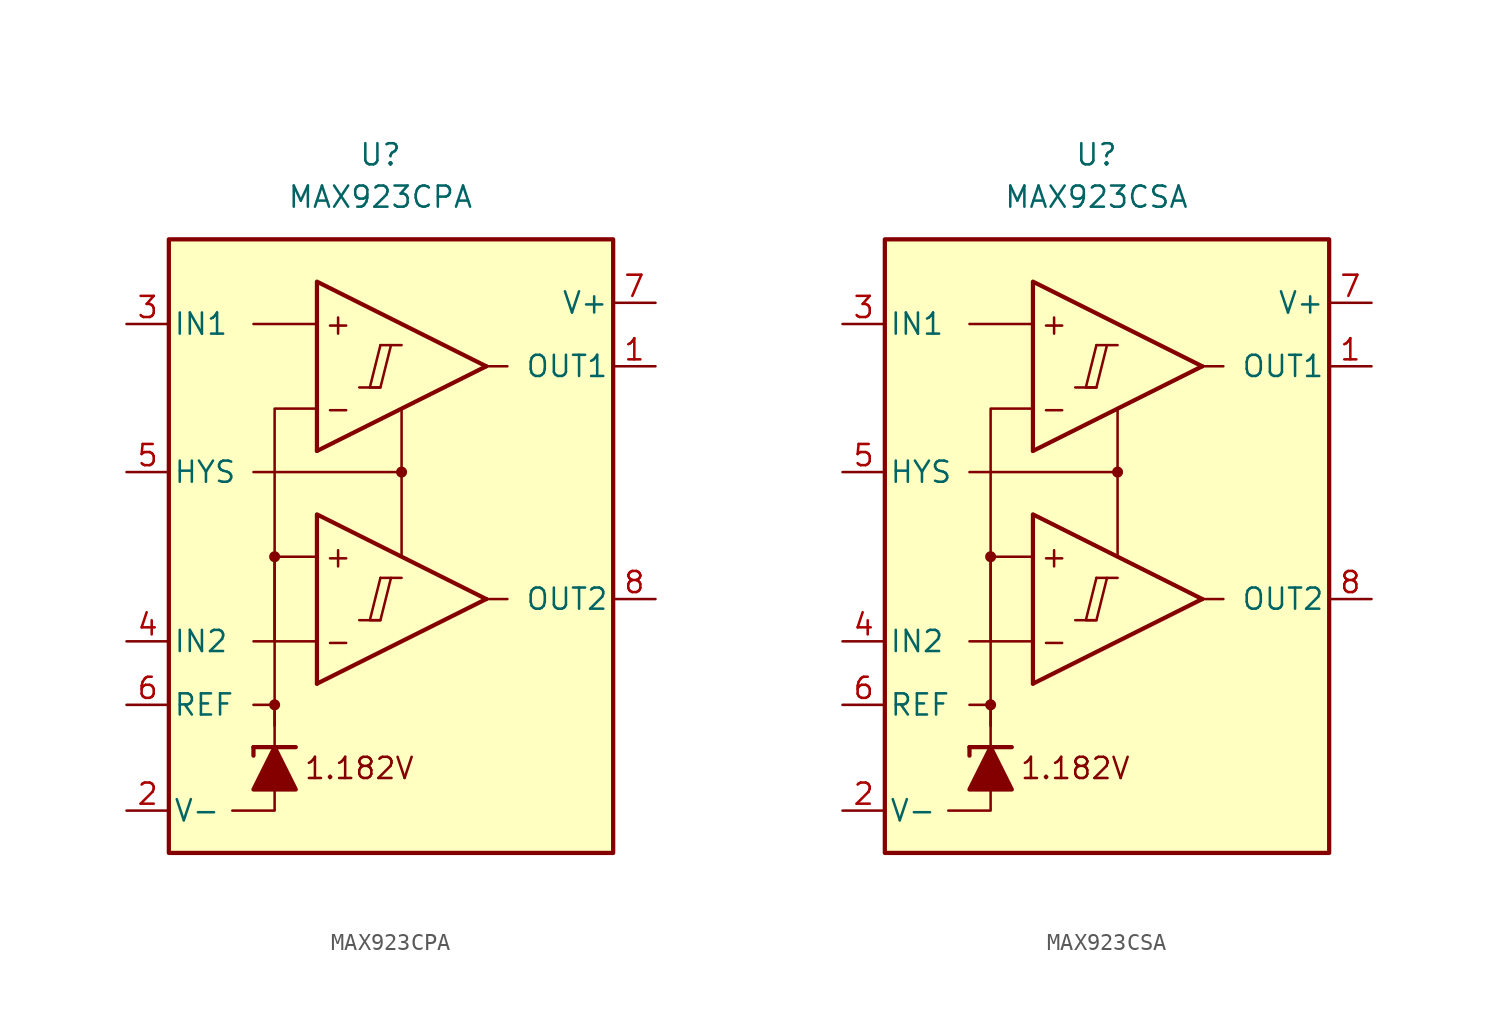
<source format=kicad_sym>
(kicad_symbol_lib
  (version 20211014)
  (generator kicad_symbol_editor)
  (symbol "MAX923CPA"
    (pin_names
      (offset 0.254))
    (property "Reference" "U"
      (at -1.27 22.86 0)
      (effects (font (size 1.27 1.27))))
    (property "Value" "MAX923CPA"
      (at -1.27 20.32 0)
      (effects (font (size 1.27 1.27))))
    (symbol "MAX923CPA_0_0"
      (rectangle (start -13.97 17.78) (end 12.7 -19.05) (stroke (width 0.254) (type default) (color 0 0 0 0)) (fill (type background)))
      (circle (center -7.62 -10.16) (radius 0.254) (stroke (width 0.152) (type default) (color 0 0 0 0)) (fill (type outline)))
      (circle (center -7.62 -1.27) (radius 0.254) (stroke (width 0.152) (type default) (color 0 0 0 0)) (fill (type outline)))
      (polyline (pts (xy -2.54 -5.08) (xy -1.27 -5.08)) (stroke (width 0.152) (type default) (color 0 0 0 0)) (fill (type none)))
      (polyline (pts (xy -2.54 8.89) (xy -1.27 8.89)) (stroke (width 0.152) (type default) (color 0 0 0 0)) (fill (type none)))
      (polyline (pts (xy -1.27 -2.54) (xy 0 -2.54)) (stroke (width 0.152) (type default) (color 0 0 0 0)) (fill (type none)))
      (polyline (pts (xy -1.27 11.43) (xy 0 11.43)) (stroke (width 0.152) (type default) (color 0 0 0 0)) (fill (type none)))
      (polyline (pts (xy 5.08 -3.81) (xy -5.08 -8.89)) (stroke (width 0.254) (type default) (color 0 0 0 0)) (fill (type none)))
      (polyline (pts (xy 5.08 10.16) (xy -5.08 5.08)) (stroke (width 0.254) (type default) (color 0 0 0 0)) (fill (type none)))
      (polyline (pts (xy 5.08 -3.81) (xy -5.08 1.27) (xy -5.08 -8.89)) (stroke (width 0.254) (type default) (color 0 0 0 0)) (fill (type background)))
      (polyline (pts (xy 5.08 10.16) (xy -5.08 15.24) (xy -5.08 5.08)) (stroke (width 0.254) (type default) (color 0 0 0 0)) (fill (type background)))
      (polyline (pts (xy -1.27 -2.54) (xy -1.905 -5.08) (xy -1.27 -5.08) (xy -0.635 -2.54)) (stroke (width 0.152) (type default) (color 0 0 0 0)) (fill (type none)))
      (polyline (pts (xy -1.27 11.43) (xy -1.905 8.89) (xy -1.27 8.89) (xy -0.635 11.43)) (stroke (width 0.152) (type default) (color 0 0 0 0)) (fill (type none)))
      (circle (center 0 3.81) (radius 0.254) (stroke (width 0.152) (type default) (color 0 0 0 0)) (fill (type outline)))
      (text "+" (at -3.81 -1.27 0) (effects (font (size 1.27 1.27))))
      (text "+" (at -3.81 12.7 0) (effects (font (size 1.27 1.27))))
      (text "-" (at -3.81 -6.35 0) (effects (font (size 1.27 1.27))))
      (text "-" (at -3.81 7.62 0) (effects (font (size 1.27 1.27))))
      (text "1.182V" (at -2.54 -13.97 0) (effects (font (size 1.27 1.27)))))
    (symbol "MAX923CPA_0_1"
      (polyline (pts (xy -8.89 -12.7) (xy -8.89 -13.208)) (stroke (width 0.254) (type default) (color 0 0 0 0)) (fill (type none)))
      (polyline (pts (xy -8.89 -12.7) (xy -6.35 -12.7)) (stroke (width 0.254) (type default) (color 0 0 0 0)) (fill (type none)))
      (polyline (pts (xy -5.08 -6.35) (xy -8.89 -6.35)) (stroke (width 0) (type default) (color 0 0 0 0)) (fill (type none)))
      (polyline (pts (xy -5.08 12.7) (xy -8.89 12.7)) (stroke (width 0) (type default) (color 0 0 0 0)) (fill (type none)))
      (polyline (pts (xy 0 3.81) (xy 0 -1.27)) (stroke (width 0) (type default) (color 0 0 0 0)) (fill (type none)))
      (polyline (pts (xy 5.08 -3.81) (xy 6.35 -3.81)) (stroke (width 0) (type default) (color 0 0 0 0)) (fill (type none)))
      (polyline (pts (xy 5.08 10.16) (xy 6.35 10.16)) (stroke (width 0) (type default) (color 0 0 0 0)) (fill (type none)))
      (polyline (pts (xy -7.62 -15.24) (xy -7.62 -16.51) (xy -10.16 -16.51)) (stroke (width 0) (type default) (color 0 0 0 0)) (fill (type none)))
      (polyline (pts (xy -7.62 -12.7) (xy -7.62 -10.16) (xy -8.89 -10.16)) (stroke (width 0) (type default) (color 0 0 0 0)) (fill (type none)))
      (polyline (pts (xy -7.62 -11.43) (xy -7.62 -1.27) (xy -5.08 -1.27)) (stroke (width 0) (type default) (color 0 0 0 0)) (fill (type none)))
      (polyline (pts (xy -7.62 -6.35) (xy -7.62 7.62) (xy -5.08 7.62)) (stroke (width 0) (type default) (color 0 0 0 0)) (fill (type none)))
      (polyline (pts (xy 0 7.62) (xy 0 3.81) (xy -8.89 3.81)) (stroke (width 0) (type default) (color 0 0 0 0)) (fill (type none)))
      (polyline (pts (xy -6.35 -15.24) (xy -8.89 -15.24) (xy -7.62 -12.7) (xy -6.35 -15.24)) (stroke (width 0.254) (type default) (color 0 0 0 0)) (fill (type outline))))
    (symbol "MAX923CPA_1_1"
      (pin output line (at 15.24 10.16 180) (length 2.54) (name "OUT1" (effects (font (size 1.27 1.27)))) (number "1" (effects (font (size 1.27 1.27)))))
      (pin power_in line (at -16.51 -16.51 0) (length 2.54) (name "V-" (effects (font (size 1.27 1.27)))) (number "2" (effects (font (size 1.27 1.27)))))
      (pin input line (at -16.51 12.7 0) (length 2.54) (name "IN1" (effects (font (size 1.27 1.27)))) (number "3" (effects (font (size 1.27 1.27)))))
      (pin input line (at -16.51 -6.35 0) (length 2.54) (name "IN2" (effects (font (size 1.27 1.27)))) (number "4" (effects (font (size 1.27 1.27)))))
      (pin input line (at -16.51 3.81 0) (length 2.54) (name "HYS" (effects (font (size 1.27 1.27)))) (number "5" (effects (font (size 1.27 1.27)))))
      (pin output line (at -16.51 -10.16 0) (length 2.54) (name "REF" (effects (font (size 1.27 1.27)))) (number "6" (effects (font (size 1.27 1.27)))))
      (pin power_in line (at 15.24 13.97 180) (length 2.54) (name "V+" (effects (font (size 1.27 1.27)))) (number "7" (effects (font (size 1.27 1.27)))))
      (pin output line (at 15.24 -3.81 180) (length 2.54) (name "OUT2" (effects (font (size 1.27 1.27)))) (number "8" (effects (font (size 1.27 1.27)))))))
  (symbol "MAX923CSA"
    (pin_names
      (offset 0.254))
    (property "Reference" "U"
      (at -1.27 22.86 0)
      (effects (font (size 1.27 1.27))))
    (property "Value" "MAX923CSA"
      (at -1.27 20.32 0)
      (effects (font (size 1.27 1.27))))
    (symbol "MAX923CSA_0_0"
      (rectangle (start -13.97 17.78) (end 12.7 -19.05) (stroke (width 0.254) (type default) (color 0 0 0 0)) (fill (type background)))
      (circle (center -7.62 -10.16) (radius 0.254) (stroke (width 0.152) (type default) (color 0 0 0 0)) (fill (type outline)))
      (circle (center -7.62 -1.27) (radius 0.254) (stroke (width 0.152) (type default) (color 0 0 0 0)) (fill (type outline)))
      (polyline (pts (xy -2.54 -5.08) (xy -1.27 -5.08)) (stroke (width 0.152) (type default) (color 0 0 0 0)) (fill (type none)))
      (polyline (pts (xy -2.54 8.89) (xy -1.27 8.89)) (stroke (width 0.152) (type default) (color 0 0 0 0)) (fill (type none)))
      (polyline (pts (xy -1.27 -2.54) (xy 0 -2.54)) (stroke (width 0.152) (type default) (color 0 0 0 0)) (fill (type none)))
      (polyline (pts (xy -1.27 11.43) (xy 0 11.43)) (stroke (width 0.152) (type default) (color 0 0 0 0)) (fill (type none)))
      (polyline (pts (xy 5.08 -3.81) (xy -5.08 -8.89)) (stroke (width 0.254) (type default) (color 0 0 0 0)) (fill (type none)))
      (polyline (pts (xy 5.08 10.16) (xy -5.08 5.08)) (stroke (width 0.254) (type default) (color 0 0 0 0)) (fill (type none)))
      (polyline (pts (xy 5.08 -3.81) (xy -5.08 1.27) (xy -5.08 -8.89)) (stroke (width 0.254) (type default) (color 0 0 0 0)) (fill (type background)))
      (polyline (pts (xy 5.08 10.16) (xy -5.08 15.24) (xy -5.08 5.08)) (stroke (width 0.254) (type default) (color 0 0 0 0)) (fill (type background)))
      (polyline (pts (xy -1.27 -2.54) (xy -1.905 -5.08) (xy -1.27 -5.08) (xy -0.635 -2.54)) (stroke (width 0.152) (type default) (color 0 0 0 0)) (fill (type none)))
      (polyline (pts (xy -1.27 11.43) (xy -1.905 8.89) (xy -1.27 8.89) (xy -0.635 11.43)) (stroke (width 0.152) (type default) (color 0 0 0 0)) (fill (type none)))
      (circle (center 0 3.81) (radius 0.254) (stroke (width 0.152) (type default) (color 0 0 0 0)) (fill (type outline)))
      (text "+" (at -3.81 -1.27 0) (effects (font (size 1.27 1.27))))
      (text "+" (at -3.81 12.7 0) (effects (font (size 1.27 1.27))))
      (text "-" (at -3.81 -6.35 0) (effects (font (size 1.27 1.27))))
      (text "-" (at -3.81 7.62 0) (effects (font (size 1.27 1.27))))
      (text "1.182V" (at -2.54 -13.97 0) (effects (font (size 1.27 1.27)))))
    (symbol "MAX923CSA_0_1"
      (polyline (pts (xy -8.89 -12.7) (xy -8.89 -13.208)) (stroke (width 0.254) (type default) (color 0 0 0 0)) (fill (type none)))
      (polyline (pts (xy -8.89 -12.7) (xy -6.35 -12.7)) (stroke (width 0.254) (type default) (color 0 0 0 0)) (fill (type none)))
      (polyline (pts (xy -5.08 -6.35) (xy -8.89 -6.35)) (stroke (width 0) (type default) (color 0 0 0 0)) (fill (type none)))
      (polyline (pts (xy -5.08 12.7) (xy -8.89 12.7)) (stroke (width 0) (type default) (color 0 0 0 0)) (fill (type none)))
      (polyline (pts (xy 0 3.81) (xy 0 -1.27)) (stroke (width 0) (type default) (color 0 0 0 0)) (fill (type none)))
      (polyline (pts (xy 5.08 -3.81) (xy 6.35 -3.81)) (stroke (width 0) (type default) (color 0 0 0 0)) (fill (type none)))
      (polyline (pts (xy 5.08 10.16) (xy 6.35 10.16)) (stroke (width 0) (type default) (color 0 0 0 0)) (fill (type none)))
      (polyline (pts (xy -7.62 -15.24) (xy -7.62 -16.51) (xy -10.16 -16.51)) (stroke (width 0) (type default) (color 0 0 0 0)) (fill (type none)))
      (polyline (pts (xy -7.62 -12.7) (xy -7.62 -10.16) (xy -8.89 -10.16)) (stroke (width 0) (type default) (color 0 0 0 0)) (fill (type none)))
      (polyline (pts (xy -7.62 -11.43) (xy -7.62 -1.27) (xy -5.08 -1.27)) (stroke (width 0) (type default) (color 0 0 0 0)) (fill (type none)))
      (polyline (pts (xy -7.62 -6.35) (xy -7.62 7.62) (xy -5.08 7.62)) (stroke (width 0) (type default) (color 0 0 0 0)) (fill (type none)))
      (polyline (pts (xy 0 7.62) (xy 0 3.81) (xy -8.89 3.81)) (stroke (width 0) (type default) (color 0 0 0 0)) (fill (type none)))
      (polyline (pts (xy -6.35 -15.24) (xy -8.89 -15.24) (xy -7.62 -12.7) (xy -6.35 -15.24)) (stroke (width 0.254) (type default) (color 0 0 0 0)) (fill (type outline))))
    (symbol "MAX923CSA_1_1"
      (pin output line (at 15.24 10.16 180) (length 2.54) (name "OUT1" (effects (font (size 1.27 1.27)))) (number "1" (effects (font (size 1.27 1.27)))))
      (pin power_in line (at -16.51 -16.51 0) (length 2.54) (name "V-" (effects (font (size 1.27 1.27)))) (number "2" (effects (font (size 1.27 1.27)))))
      (pin input line (at -16.51 12.7 0) (length 2.54) (name "IN1" (effects (font (size 1.27 1.27)))) (number "3" (effects (font (size 1.27 1.27)))))
      (pin input line (at -16.51 -6.35 0) (length 2.54) (name "IN2" (effects (font (size 1.27 1.27)))) (number "4" (effects (font (size 1.27 1.27)))))
      (pin input line (at -16.51 3.81 0) (length 2.54) (name "HYS" (effects (font (size 1.27 1.27)))) (number "5" (effects (font (size 1.27 1.27)))))
      (pin output line (at -16.51 -10.16 0) (length 2.54) (name "REF" (effects (font (size 1.27 1.27)))) (number "6" (effects (font (size 1.27 1.27)))))
      (pin power_in line (at 15.24 13.97 180) (length 2.54) (name "V+" (effects (font (size 1.27 1.27)))) (number "7" (effects (font (size 1.27 1.27)))))
      (pin output line (at 15.24 -3.81 180) (length 2.54) (name "OUT2" (effects (font (size 1.27 1.27)))) (number "8" (effects (font (size 1.27 1.27))))))))
</source>
